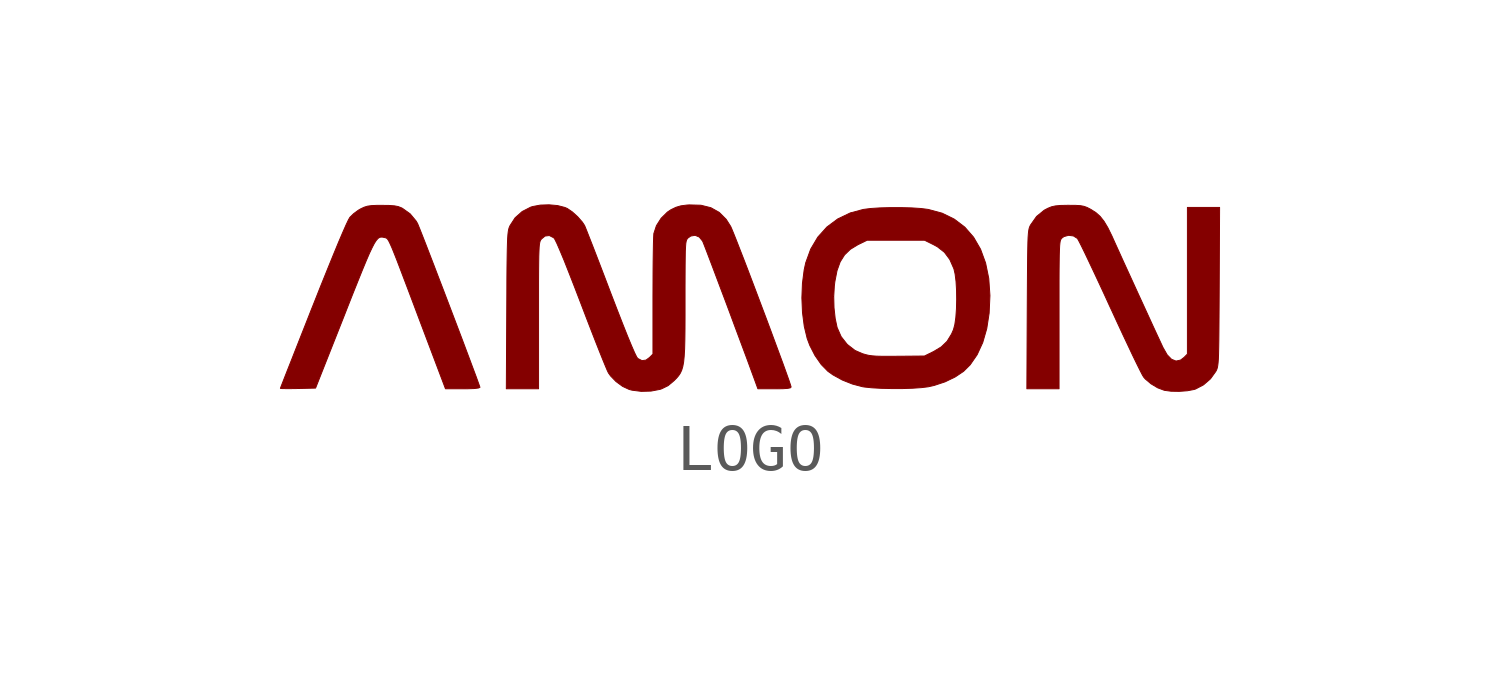
<source format=kicad_sym>
(kicad_symbol_lib
  (version 20210619)
  (generator bitmap2component)
  (symbol "LOGO"
    (pin_names
      (offset 1.016))
    (property "Reference" "#G"
      (at 0 1.367 0)
      (effects (font (size 1.27 1.27)) hide))
    (symbol "LOGO_0_0"
      (polyline (pts (xy -2.103 -1.991) (xy -1.91 -1.954) (xy -1.875 -1.942) (xy -1.738 -1.875) (xy -1.609 -1.767) (xy -1.608 -1.766) (xy -1.555 -1.712) (xy -1.511 -1.66) (xy -1.475 -1.605) (xy -1.446 -1.542) (xy -1.423 -1.464) (xy -1.405 -1.366) (xy -1.393 -1.242) (xy -1.384 -1.087) (xy -1.379 -0.895) (xy -1.376 -0.66) (xy -1.375 -0.377) (xy -1.375 -0.039) (xy -1.375 0.24) (xy -1.374 0.499) (xy -1.373 0.709) (xy -1.371 0.876) (xy -1.369 1.004) (xy -1.364 1.1) (xy -1.359 1.169) (xy -1.351 1.216) (xy -1.341 1.247) (xy -1.329 1.268) (xy -1.315 1.285) (xy -1.253 1.329) (xy -1.159 1.345) (xy -1.07 1.308) (xy -1 1.222) (xy -0.991 1.202) (xy -0.962 1.129) (xy -0.916 1.01) (xy -0.856 0.852) (xy -0.783 0.66) (xy -0.701 0.442) (xy -0.611 0.203) (xy -0.515 -0.051) (xy -0.417 -0.313) (xy -0.319 -0.578) (xy -0.222 -0.838) (xy -0.129 -1.088) (xy -0.042 -1.321) (xy 0.035 -1.532) (xy 0.102 -1.714) (xy 0.155 -1.86) (xy 0.185 -1.942) (xy 0.566 -1.942) (xy 0.72 -1.94) (xy 0.823 -1.933) (xy 0.879 -1.922) (xy 0.896 -1.905) (xy 0.895 -1.898) (xy 0.878 -1.843) (xy 0.843 -1.739) (xy 0.791 -1.594) (xy 0.726 -1.413) (xy 0.648 -1.202) (xy 0.561 -0.967) (xy 0.468 -0.715) (xy 0.369 -0.45) (xy 0.267 -0.18) (xy 0.165 0.091) (xy 0.065 0.355) (xy -0.031 0.608) (xy -0.121 0.842) (xy -0.203 1.052) (xy -0.273 1.232) (xy -0.331 1.377) (xy -0.373 1.479) (xy -0.397 1.534) (xy -0.494 1.687) (xy -0.643 1.836) (xy -0.822 1.936) (xy -1.035 1.989) (xy -1.286 1.996) (xy -1.334 1.993) (xy -1.464 1.976) (xy -1.569 1.945) (xy -1.677 1.893) (xy -1.753 1.842) (xy -1.887 1.71) (xy -1.988 1.551) (xy -2.043 1.383) (xy -2.044 1.368) (xy -2.048 1.293) (xy -2.052 1.168) (xy -2.055 0.999) (xy -2.058 0.795) (xy -2.06 0.562) (xy -2.061 0.306) (xy -2.062 0.036) (xy -2.062 -1.198) (xy -2.135 -1.271) (xy -2.21 -1.327) (xy -2.298 -1.339) (xy -2.388 -1.292) (xy -2.411 -1.259) (xy -2.456 -1.168) (xy -2.52 -1.021) (xy -2.604 -0.819) (xy -2.707 -0.56) (xy -2.83 -0.245) (xy -2.973 0.126) (xy -2.982 0.15) (xy -3.085 0.421) (xy -3.183 0.677) (xy -3.273 0.911) (xy -3.353 1.118) (xy -3.421 1.291) (xy -3.474 1.426) (xy -3.51 1.516) (xy -3.527 1.556) (xy -3.575 1.629) (xy -3.674 1.742) (xy -3.789 1.846) (xy -3.898 1.92) (xy -3.95 1.942) (xy -4.106 1.982) (xy -4.288 1.998) (xy -4.474 1.992) (xy -4.643 1.96) (xy -4.682 1.947) (xy -4.863 1.854) (xy -5.014 1.72) (xy -5.122 1.554) (xy -5.13 1.536) (xy -5.143 1.505) (xy -5.153 1.469) (xy -5.161 1.423) (xy -5.168 1.362) (xy -5.174 1.281) (xy -5.178 1.175) (xy -5.182 1.039) (xy -5.185 0.869) (xy -5.188 0.658) (xy -5.19 0.403) (xy -5.191 0.098) (xy -5.193 -0.261) (xy -5.202 -1.942) (xy -4.512 -1.942) (xy -4.512 -0.264) (xy -4.512 0.064) (xy -4.512 0.339) (xy -4.511 0.566) (xy -4.509 0.75) (xy -4.507 0.895) (xy -4.503 1.007) (xy -4.499 1.092) (xy -4.493 1.153) (xy -4.485 1.196) (xy -4.476 1.226) (xy -4.464 1.247) (xy -4.45 1.266) (xy -4.373 1.329) (xy -4.281 1.34) (xy -4.186 1.292) (xy -4.162 1.258) (xy -4.117 1.166) (xy -4.053 1.018) (xy -3.968 0.815) (xy -3.865 0.555) (xy -3.742 0.24) (xy -3.599 -0.132) (xy -3.591 -0.153) (xy -3.486 -0.428) (xy -3.386 -0.687) (xy -3.293 -0.926) (xy -3.209 -1.138) (xy -3.137 -1.318) (xy -3.079 -1.459) (xy -3.038 -1.556) (xy -3.015 -1.603) (xy -2.971 -1.665) (xy -2.852 -1.788) (xy -2.711 -1.891) (xy -2.571 -1.956) (xy -2.509 -1.972) (xy -2.312 -1.997) (xy -2.103 -1.991)) (stroke (width 0.01)) (fill (type outline)))
      (polyline (pts (xy 9.383 -1.984) (xy 9.529 -1.956) (xy 9.559 -1.946) (xy 9.727 -1.858) (xy 9.877 -1.728) (xy 9.99 -1.571) (xy 10.003 -1.547) (xy 10.015 -1.519) (xy 10.025 -1.485) (xy 10.033 -1.441) (xy 10.04 -1.381) (xy 10.046 -1.301) (xy 10.05 -1.195) (xy 10.053 -1.059) (xy 10.056 -0.888) (xy 10.058 -0.677) (xy 10.06 -0.421) (xy 10.062 -0.115) (xy 10.064 0.247) (xy 10.072 1.942) (xy 9.383 1.942) (xy 9.383 -1.198) (xy 9.31 -1.271) (xy 9.236 -1.327) (xy 9.139 -1.348) (xy 9.043 -1.31) (xy 8.95 -1.215) (xy 8.863 -1.063) (xy 8.854 -1.045) (xy 8.805 -0.939) (xy 8.735 -0.789) (xy 8.649 -0.603) (xy 8.552 -0.391) (xy 8.446 -0.16) (xy 8.335 0.081) (xy 8.224 0.324) (xy 8.116 0.56) (xy 8.015 0.78) (xy 7.926 0.977) (xy 7.851 1.142) (xy 7.795 1.266) (xy 7.768 1.327) (xy 7.679 1.508) (xy 7.597 1.645) (xy 7.514 1.75) (xy 7.423 1.831) (xy 7.316 1.899) (xy 7.309 1.903) (xy 7.233 1.942) (xy 7.166 1.966) (xy 7.09 1.98) (xy 6.988 1.986) (xy 6.843 1.987) (xy 6.809 1.987) (xy 6.662 1.984) (xy 6.555 1.974) (xy 6.471 1.955) (xy 6.395 1.924) (xy 6.317 1.883) (xy 6.153 1.749) (xy 6.026 1.569) (xy 6.014 1.547) (xy 6.002 1.519) (xy 5.992 1.485) (xy 5.984 1.441) (xy 5.977 1.381) (xy 5.971 1.301) (xy 5.967 1.196) (xy 5.964 1.06) (xy 5.961 0.888) (xy 5.959 0.677) (xy 5.957 0.421) (xy 5.955 0.115) (xy 5.953 -0.246) (xy 5.945 -1.942) (xy 6.634 -1.942) (xy 6.634 -0.255) (xy 6.634 0.077) (xy 6.634 0.356) (xy 6.635 0.586) (xy 6.637 0.773) (xy 6.639 0.92) (xy 6.643 1.035) (xy 6.647 1.12) (xy 6.653 1.181) (xy 6.66 1.223) (xy 6.67 1.251) (xy 6.681 1.27) (xy 6.694 1.285) (xy 6.739 1.318) (xy 6.839 1.345) (xy 6.943 1.331) (xy 7.027 1.278) (xy 7.031 1.272) (xy 7.061 1.218) (xy 7.113 1.116) (xy 7.183 0.973) (xy 7.269 0.792) (xy 7.369 0.581) (xy 7.48 0.344) (xy 7.6 0.086) (xy 7.725 -0.187) (xy 7.758 -0.257) (xy 7.883 -0.529) (xy 8.002 -0.785) (xy 8.113 -1.02) (xy 8.212 -1.23) (xy 8.298 -1.407) (xy 8.367 -1.546) (xy 8.417 -1.643) (xy 8.445 -1.69) (xy 8.482 -1.733) (xy 8.603 -1.835) (xy 8.746 -1.921) (xy 8.885 -1.973) (xy 8.886 -1.974) (xy 9.033 -1.994) (xy 9.208 -1.997) (xy 9.383 -1.984)) (stroke (width 0.01)) (fill (type outline)))
      (polyline (pts (xy -6.022 -1.941) (xy -5.883 -1.936) (xy -5.797 -1.925) (xy -5.767 -1.911) (xy -5.775 -1.886) (xy -5.802 -1.81) (xy -5.846 -1.688) (xy -5.906 -1.528) (xy -5.978 -1.335) (xy -6.061 -1.114) (xy -6.152 -0.871) (xy -6.25 -0.613) (xy -6.352 -0.345) (xy -6.456 -0.072) (xy -6.559 0.198) (xy -6.66 0.461) (xy -6.755 0.71) (xy -6.844 0.94) (xy -6.923 1.145) (xy -6.991 1.319) (xy -7.045 1.456) (xy -7.083 1.55) (xy -7.102 1.596) (xy -7.134 1.651) (xy -7.261 1.804) (xy -7.426 1.922) (xy -7.452 1.935) (xy -7.519 1.961) (xy -7.599 1.976) (xy -7.707 1.984) (xy -7.86 1.986) (xy -7.975 1.986) (xy -8.09 1.981) (xy -8.175 1.969) (xy -8.246 1.947) (xy -8.32 1.912) (xy -8.369 1.884) (xy -8.471 1.809) (xy -8.55 1.732) (xy -8.551 1.732) (xy -8.582 1.678) (xy -8.634 1.569) (xy -8.705 1.407) (xy -8.796 1.194) (xy -8.905 0.93) (xy -9.032 0.618) (xy -9.177 0.259) (xy -9.338 -0.147) (xy -9.373 -0.234) (xy -9.493 -0.539) (xy -9.606 -0.825) (xy -9.71 -1.089) (xy -9.803 -1.326) (xy -9.884 -1.53) (xy -9.95 -1.698) (xy -9.999 -1.824) (xy -10.03 -1.903) (xy -10.04 -1.933) (xy -10.04 -1.933) (xy -10.005 -1.937) (xy -9.923 -1.938) (xy -9.806 -1.938) (xy -9.664 -1.936) (xy -9.287 -1.927) (xy -8.667 -0.36) (xy -8.619 -0.237) (xy -8.488 0.095) (xy -8.375 0.377) (xy -8.28 0.612) (xy -8.2 0.805) (xy -8.133 0.96) (xy -8.076 1.08) (xy -8.029 1.171) (xy -7.988 1.234) (xy -7.952 1.276) (xy -7.919 1.299) (xy -7.887 1.307) (xy -7.853 1.306) (xy -7.816 1.298) (xy -7.807 1.296) (xy -7.789 1.292) (xy -7.772 1.286) (xy -7.755 1.274) (xy -7.737 1.251) (xy -7.715 1.214) (xy -7.688 1.158) (xy -7.653 1.08) (xy -7.61 0.974) (xy -7.556 0.838) (xy -7.49 0.666) (xy -7.41 0.455) (xy -7.313 0.2) (xy -7.199 -0.102) (xy -7.066 -0.456) (xy -6.505 -1.942) (xy -6.136 -1.942) (xy -6.022 -1.941)) (stroke (width 0.01)) (fill (type outline)))
      (polyline (pts (xy 3.278 -1.937) (xy 3.495 -1.93) (xy 3.686 -1.917) (xy 3.833 -1.899) (xy 3.961 -1.87) (xy 4.194 -1.793) (xy 4.411 -1.688) (xy 4.59 -1.568) (xy 4.73 -1.429) (xy 4.88 -1.212) (xy 5 -0.951) (xy 5.086 -0.653) (xy 5.137 -0.322) (xy 5.154 0.055) (xy 5.129 0.421) (xy 5.061 0.752) (xy 4.953 1.047) (xy 4.804 1.304) (xy 4.617 1.519) (xy 4.391 1.691) (xy 4.13 1.819) (xy 3.833 1.899) (xy 3.678 1.919) (xy 3.479 1.932) (xy 3.254 1.938) (xy 3.022 1.938) (xy 2.797 1.932) (xy 2.598 1.919) (xy 2.442 1.899) (xy 2.165 1.825) (xy 1.897 1.697) (xy 1.663 1.523) (xy 1.468 1.306) (xy 1.316 1.05) (xy 1.21 0.759) (xy 1.176 0.604) (xy 1.139 0.315) (xy 1.128 0.034) (xy 1.809 0.034) (xy 1.822 0.26) (xy 1.833 0.351) (xy 1.879 0.587) (xy 1.947 0.776) (xy 2.041 0.926) (xy 2.166 1.046) (xy 2.326 1.143) (xy 2.524 1.24) (xy 3.752 1.24) (xy 3.947 1.144) (xy 4.028 1.1) (xy 4.18 0.981) (xy 4.295 0.826) (xy 4.383 0.626) (xy 4.408 0.517) (xy 4.428 0.358) (xy 4.439 0.171) (xy 4.442 -0.029) (xy 4.437 -0.229) (xy 4.424 -0.413) (xy 4.402 -0.567) (xy 4.373 -0.676) (xy 4.332 -0.769) (xy 4.236 -0.925) (xy 4.113 -1.044) (xy 3.949 -1.143) (xy 3.752 -1.24) (xy 3.213 -1.245) (xy 3.208 -1.245) (xy 3.002 -1.246) (xy 2.845 -1.246) (xy 2.726 -1.243) (xy 2.634 -1.236) (xy 2.56 -1.226) (xy 2.492 -1.21) (xy 2.421 -1.189) (xy 2.264 -1.12) (xy 2.098 -0.991) (xy 1.967 -0.824) (xy 1.881 -0.628) (xy 1.84 -0.435) (xy 1.815 -0.206) (xy 1.809 0.034) (xy 1.128 0.034) (xy 1.127 0.004) (xy 1.14 -0.308) (xy 1.178 -0.603) (xy 1.24 -0.862) (xy 1.297 -1.014) (xy 1.408 -1.23) (xy 1.541 -1.421) (xy 1.685 -1.568) (xy 1.794 -1.645) (xy 1.992 -1.754) (xy 2.211 -1.841) (xy 2.428 -1.898) (xy 2.467 -1.904) (xy 2.629 -1.921) (xy 2.829 -1.932) (xy 3.05 -1.937) (xy 3.278 -1.937)) (stroke (width 0.01)) (fill (type outline))))))
</source>
